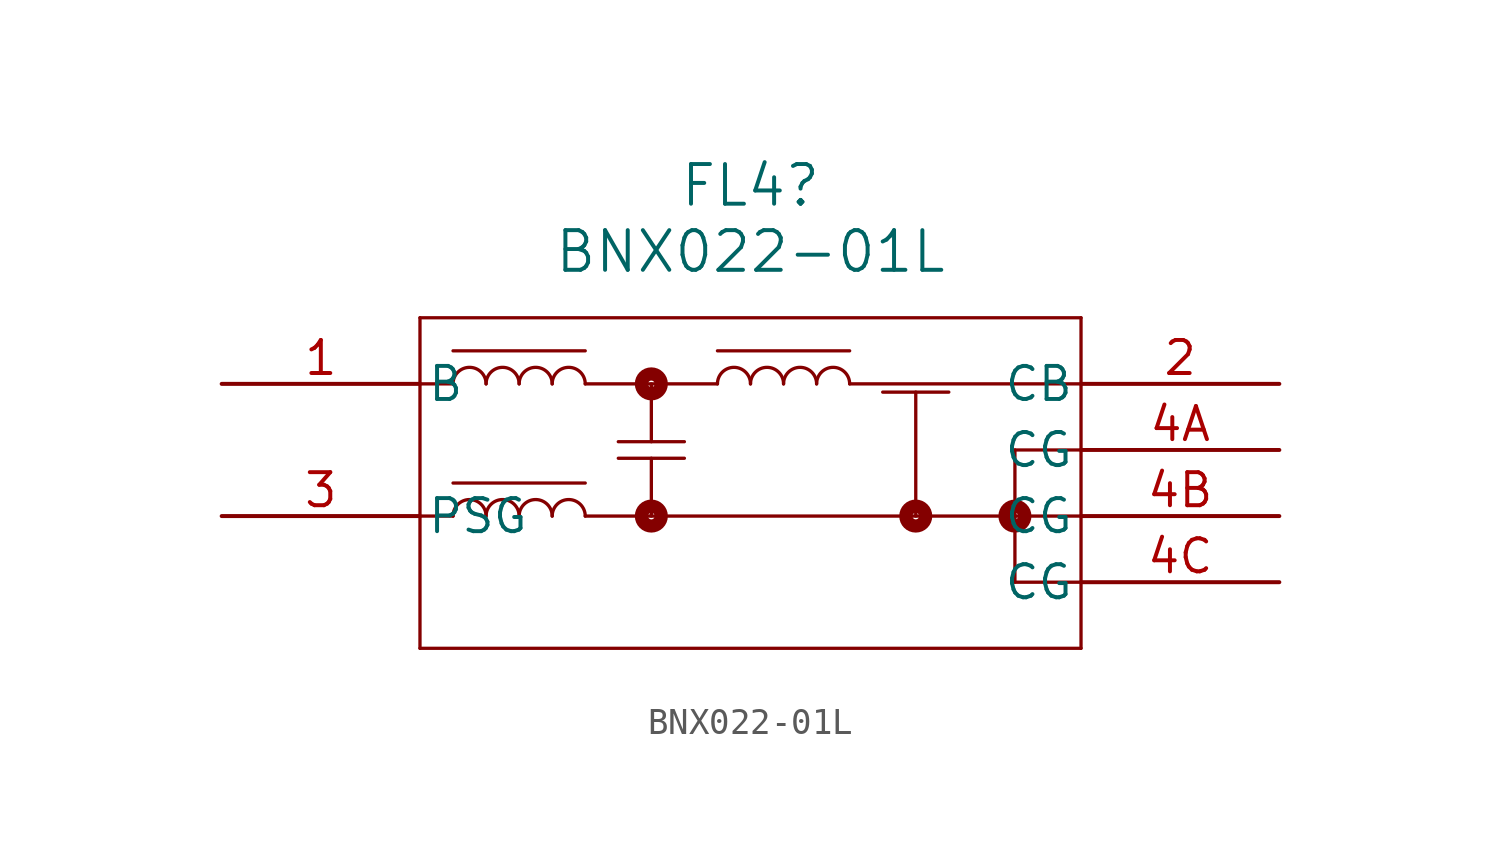
<source format=kicad_sym>
(kicad_symbol_lib
  (version 20231120)
  (generator "kicad_symbol_editor")
  (generator_version "8.0")
  (symbol "BNX022-01L"
    (pin_names
      (offset 0.254))
    (property "Reference" "FL4"
      (at 20.32 10.16 0)
      (effects (font (size 1.524 1.524))))
    (property "Value" "BNX022-01L"
      (at 20.32 7.62 0)
      (effects (font (size 1.524 1.524))))
    (symbol "BNX022-01L_0_1"
      (polyline (pts (xy 7.62 -7.62) (xy 33.02 -7.62)) (stroke (width 0.127) (type default)) (fill (type none)))
      (polyline (pts (xy 7.62 5.08) (xy 7.62 -7.62)) (stroke (width 0.127) (type default)) (fill (type none)))
      (polyline (pts (xy 8.89 -2.54) (xy 7.62 -2.54)) (stroke (width 0.127) (type default)) (fill (type none)))
      (polyline (pts (xy 8.89 -1.27) (xy 13.97 -1.27)) (stroke (width 0.127) (type default)) (fill (type none)))
      (polyline (pts (xy 8.89 2.54) (xy 7.62 2.54)) (stroke (width 0.127) (type default)) (fill (type none)))
      (polyline (pts (xy 8.89 3.81) (xy 13.97 3.81)) (stroke (width 0.127) (type default)) (fill (type none)))
      (polyline (pts (xy 13.97 -2.54) (xy 33.02 -2.54)) (stroke (width 0.127) (type default)) (fill (type none)))
      (polyline (pts (xy 13.97 2.54) (xy 19.05 2.54)) (stroke (width 0.127) (type default)) (fill (type none)))
      (polyline (pts (xy 15.24 -0.318) (xy 17.78 -0.318)) (stroke (width 0.127) (type default)) (fill (type none)))
      (polyline (pts (xy 15.24 0.318) (xy 17.78 0.318)) (stroke (width 0.127) (type default)) (fill (type none)))
      (polyline (pts (xy 16.51 -0.318) (xy 16.51 -2.54)) (stroke (width 0.127) (type default)) (fill (type none)))
      (polyline (pts (xy 16.51 0.318) (xy 16.51 2.54)) (stroke (width 0.127) (type default)) (fill (type none)))
      (polyline (pts (xy 19.05 3.81) (xy 24.13 3.81)) (stroke (width 0.127) (type default)) (fill (type none)))
      (polyline (pts (xy 24.13 2.54) (xy 33.02 2.54)) (stroke (width 0.127) (type default)) (fill (type none)))
      (polyline (pts (xy 25.4 2.223) (xy 27.94 2.223)) (stroke (width 0.127) (type default)) (fill (type none)))
      (polyline (pts (xy 26.67 2.223) (xy 26.67 -2.54)) (stroke (width 0.127) (type default)) (fill (type none)))
      (polyline (pts (xy 30.48 -5.08) (xy 33.02 -5.08)) (stroke (width 0.127) (type default)) (fill (type none)))
      (polyline (pts (xy 30.48 0) (xy 30.48 -5.08)) (stroke (width 0.127) (type default)) (fill (type none)))
      (polyline (pts (xy 30.48 0) (xy 33.02 0)) (stroke (width 0.127) (type default)) (fill (type none)))
      (polyline (pts (xy 33.02 -7.62) (xy 33.02 5.08)) (stroke (width 0.127) (type default)) (fill (type none)))
      (polyline (pts (xy 33.02 5.08) (xy 7.62 5.08)) (stroke (width 0.127) (type default)) (fill (type none)))
      (arc (start 10.16 -2.54) (mid 9.525 -1.9077) (end 8.89 -2.54) (stroke (width 0.127) (type default)) (fill (type none)))
      (arc (start 10.16 2.54) (mid 9.525 3.1722) (end 8.89 2.54) (stroke (width 0.127) (type default)) (fill (type none)))
      (arc (start 11.43 -2.54) (mid 10.795 -1.9077) (end 10.16 -2.54) (stroke (width 0.127) (type default)) (fill (type none)))
      (arc (start 11.43 2.54) (mid 10.795 3.1722) (end 10.16 2.54) (stroke (width 0.127) (type default)) (fill (type none)))
      (arc (start 12.7 -2.54) (mid 12.065 -1.9077) (end 11.43 -2.54) (stroke (width 0.127) (type default)) (fill (type none)))
      (arc (start 12.7 2.54) (mid 12.065 3.1722) (end 11.43 2.54) (stroke (width 0.127) (type default)) (fill (type none)))
      (arc (start 13.97 -2.54) (mid 13.335 -1.9077) (end 12.7 -2.54) (stroke (width 0.127) (type default)) (fill (type none)))
      (arc (start 13.97 2.54) (mid 13.335 3.1722) (end 12.7 2.54) (stroke (width 0.127) (type default)) (fill (type none)))
      (circle (center 16.51 -2.54) (radius 0.127) (stroke (width 0.508) (type default)) (fill (type none)))
      (circle (center 16.51 2.54) (radius 0.127) (stroke (width 0.508) (type default)) (fill (type none)))
      (arc (start 20.32 2.54) (mid 19.685 3.1722) (end 19.05 2.54) (stroke (width 0.127) (type default)) (fill (type none)))
      (arc (start 21.59 2.54) (mid 20.955 3.1722) (end 20.32 2.54) (stroke (width 0.127) (type default)) (fill (type none)))
      (arc (start 22.86 2.54) (mid 22.225 3.1722) (end 21.59 2.54) (stroke (width 0.127) (type default)) (fill (type none)))
      (arc (start 24.13 2.54) (mid 23.495 3.1722) (end 22.86 2.54) (stroke (width 0.127) (type default)) (fill (type none)))
      (circle (center 26.67 -2.54) (radius 0.127) (stroke (width 0.508) (type default)) (fill (type none)))
      (circle (center 30.48 -2.54) (radius 0.127) (stroke (width 0.508) (type default)) (fill (type none)))
      (pin unspecified line (at 0 2.54 0) (length 7.62) (name "B" (effects (font (size 1.27 1.27)))) (number "1" (effects (font (size 1.27 1.27)))))
      (pin unspecified line (at 40.64 2.54 180) (length 7.62) (name "CB" (effects (font (size 1.27 1.27)))) (number "2" (effects (font (size 1.27 1.27)))))
      (pin unspecified line (at 0 -2.54 0) (length 7.62) (name "PSG" (effects (font (size 1.27 1.27)))) (number "3" (effects (font (size 1.27 1.27)))))
      (pin unspecified line (at 40.64 0 180) (length 7.62) (name "CG" (effects (font (size 1.27 1.27)))) (number "4A" (effects (font (size 1.27 1.27)))))
      (pin unspecified line (at 40.64 -2.54 180) (length 7.62) (name "CG" (effects (font (size 1.27 1.27)))) (number "4B" (effects (font (size 1.27 1.27)))))
      (pin unspecified line (at 40.64 -5.08 180) (length 7.62) (name "CG" (effects (font (size 1.27 1.27)))) (number "4C" (effects (font (size 1.27 1.27))))))))
</source>
